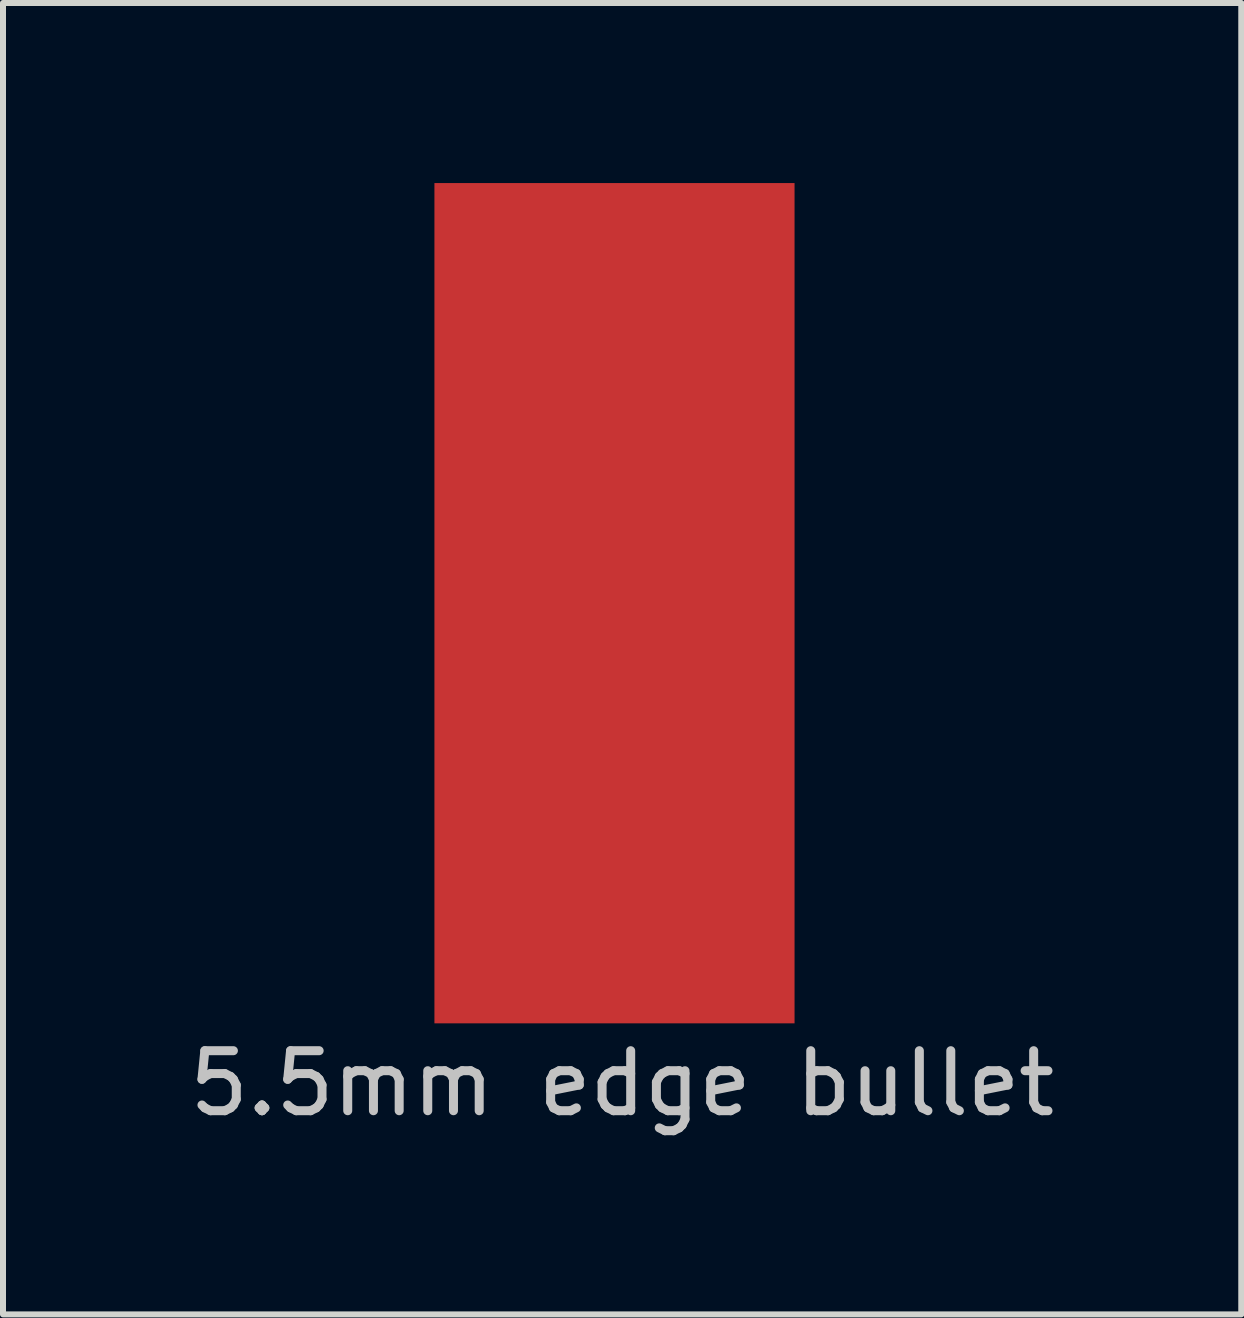
<source format=kicad_pcb>
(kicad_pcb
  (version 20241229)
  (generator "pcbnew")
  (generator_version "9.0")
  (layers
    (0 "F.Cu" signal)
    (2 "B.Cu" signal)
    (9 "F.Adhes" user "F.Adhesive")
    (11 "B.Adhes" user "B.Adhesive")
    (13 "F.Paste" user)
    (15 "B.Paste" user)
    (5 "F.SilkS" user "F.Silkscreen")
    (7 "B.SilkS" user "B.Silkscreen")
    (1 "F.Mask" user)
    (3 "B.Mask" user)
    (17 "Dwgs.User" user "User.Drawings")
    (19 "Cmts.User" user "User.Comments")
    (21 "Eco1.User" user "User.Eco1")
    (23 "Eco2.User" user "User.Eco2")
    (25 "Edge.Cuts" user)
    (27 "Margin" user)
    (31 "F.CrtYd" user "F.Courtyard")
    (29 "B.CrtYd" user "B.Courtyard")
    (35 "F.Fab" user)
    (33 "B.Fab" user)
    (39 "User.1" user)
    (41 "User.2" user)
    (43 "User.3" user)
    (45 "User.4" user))
  (footprint "5.5mm edge bullet"
    (layer "F.Cu")
    (at 7.188 7)
    (property "Reference" "5.5mm edge bullet" (at 0.127 8.001 0) (layer "Dwgs.User") (effects (font (size 1 1) (thickness 0.15))))
    (attr through_hole)
    (pad "ee" smd rect (at 0 0) (size 6 14) (layers "F.Cu" "F.Mask" "F.Paste")))
  (gr_rect
    (start -3 -3)
    (end 17.631 18.849)
    (stroke (width 0.1) (type default))
    (fill no)
    (layer "Edge.Cuts")))
</source>
